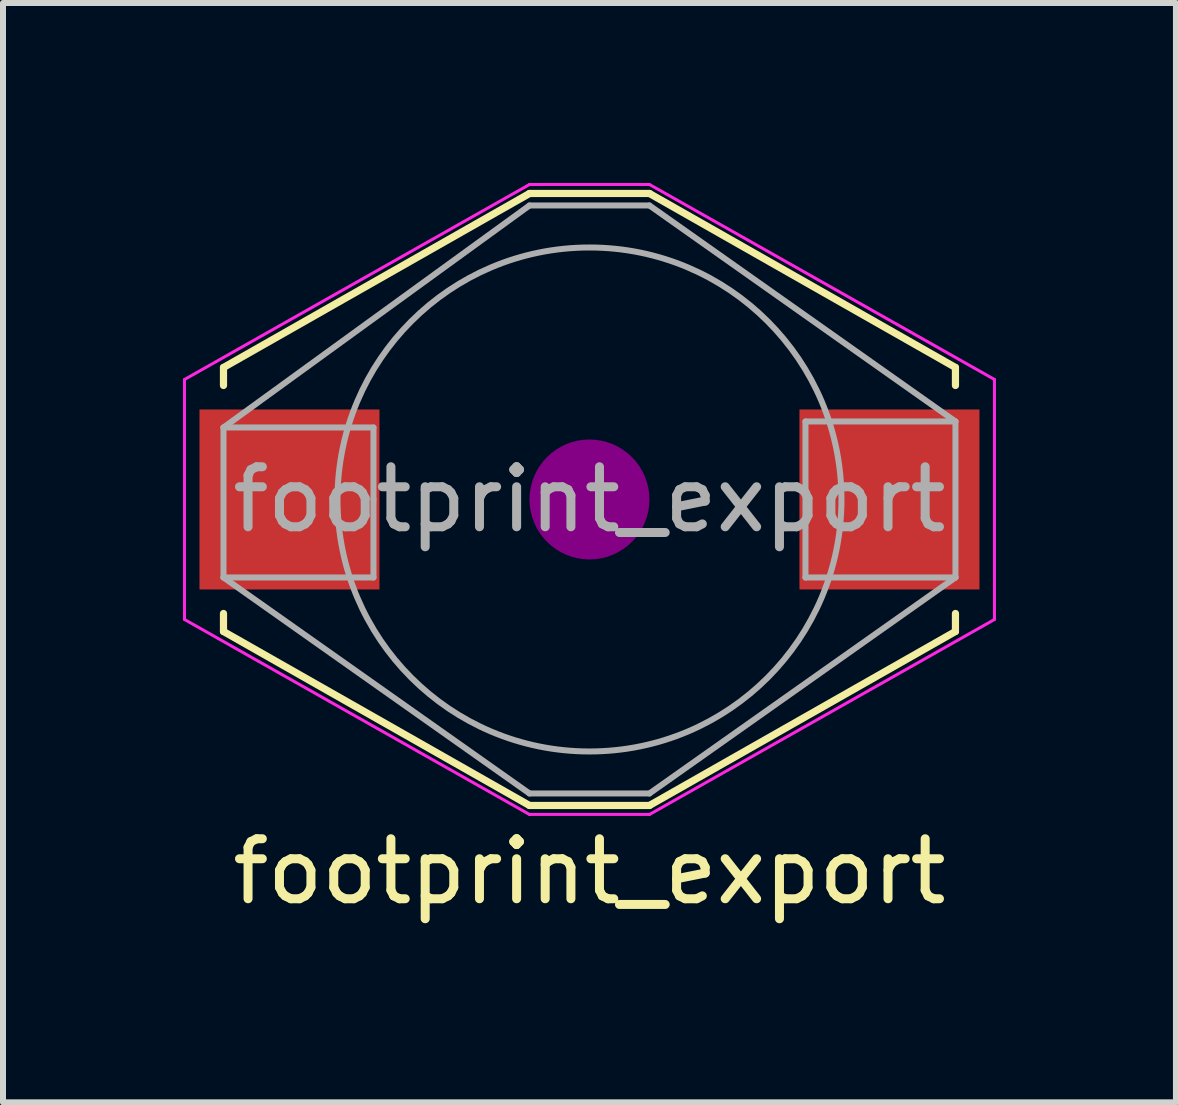
<source format=kicad_pcb>
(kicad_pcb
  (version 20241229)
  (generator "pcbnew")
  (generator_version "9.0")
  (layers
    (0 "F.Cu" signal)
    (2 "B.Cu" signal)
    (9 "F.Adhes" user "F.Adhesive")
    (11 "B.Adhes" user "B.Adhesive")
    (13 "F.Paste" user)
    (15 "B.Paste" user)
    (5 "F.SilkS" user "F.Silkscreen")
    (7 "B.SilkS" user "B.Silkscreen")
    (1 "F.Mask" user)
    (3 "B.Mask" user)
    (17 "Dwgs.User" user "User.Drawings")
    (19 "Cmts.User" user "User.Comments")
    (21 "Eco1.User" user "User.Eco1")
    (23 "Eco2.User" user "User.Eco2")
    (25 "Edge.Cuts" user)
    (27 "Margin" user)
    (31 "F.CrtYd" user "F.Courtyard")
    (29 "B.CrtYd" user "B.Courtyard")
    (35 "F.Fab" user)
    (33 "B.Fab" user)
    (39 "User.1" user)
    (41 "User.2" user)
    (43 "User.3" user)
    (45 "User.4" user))
  (footprint "footprint_export"
    (layer "F.Cu")
    (at 6.775 5.275)
    (property "Reference" "footprint_export" (at 0 6.2 0) (layer "F.SilkS") (effects (font (size 1 1) (thickness 0.15))))
    (attr smd)
    (fp_line (start -6.1 -2.2) (end -1 -5.1) (stroke (width 0.12) (type solid)) (layer "F.SilkS"))
    (fp_line (start -6.1 -1.9) (end -6.1 -2.2) (stroke (width 0.12) (type solid)) (layer "F.SilkS"))
    (fp_line (start -6.1 1.9) (end -6.1 2.2) (stroke (width 0.12) (type solid)) (layer "F.SilkS"))
    (fp_line (start -6.1 2.2) (end -1 5.1) (stroke (width 0.12) (type solid)) (layer "F.SilkS"))
    (fp_line (start 1 -5.1) (end -1 -5.1) (stroke (width 0.12) (type solid)) (layer "F.SilkS"))
    (fp_line (start 1 5.1) (end -1 5.1) (stroke (width 0.12) (type solid)) (layer "F.SilkS"))
    (fp_line (start 6.1 -2.2) (end 1 -5.1) (stroke (width 0.12) (type solid)) (layer "F.SilkS"))
    (fp_line (start 6.1 -1.9) (end 6.1 -2.2) (stroke (width 0.12) (type solid)) (layer "F.SilkS"))
    (fp_line (start 6.1 1.9) (end 6.1 2.2) (stroke (width 0.12) (type solid)) (layer "F.SilkS"))
    (fp_line (start 6.1 2.2) (end 1 5.1) (stroke (width 0.12) (type solid)) (layer "F.SilkS"))
    (fp_circle (center 0 0) (end 0.5 0) (stroke (width 1) (type solid)) (fill no) (layer "F.Adhes"))
    (fp_line (start -6.75 -2) (end -6.75 2) (stroke (width 0.05) (type solid)) (layer "F.CrtYd"))
    (fp_line (start -6.75 2) (end -1 5.25) (stroke (width 0.05) (type solid)) (layer "F.CrtYd"))
    (fp_line (start -1 -5.25) (end -6.75 -2) (stroke (width 0.05) (type solid)) (layer "F.CrtYd"))
    (fp_line (start -1 -5.25) (end 1 -5.25) (stroke (width 0.05) (type solid)) (layer "F.CrtYd"))
    (fp_line (start -1 5.25) (end 1 5.25) (stroke (width 0.05) (type solid)) (layer "F.CrtYd"))
    (fp_line (start 1 -5.25) (end 6.75 -2) (stroke (width 0.05) (type solid)) (layer "F.CrtYd"))
    (fp_line (start 1 5.25) (end 6.75 2) (stroke (width 0.05) (type solid)) (layer "F.CrtYd"))
    (fp_line (start 6.75 2) (end 6.75 -2) (stroke (width 0.05) (type solid)) (layer "F.CrtYd"))
    (fp_line (start -6.1 -1.2) (end -3.6 -1.2) (stroke (width 0.1) (type solid)) (layer "F.Fab"))
    (fp_line (start -6.1 1.3) (end -6.1 -1.2) (stroke (width 0.1) (type solid)) (layer "F.Fab"))
    (fp_line (start -3.6 -1.2) (end -3.6 0) (stroke (width 0.1) (type solid)) (layer "F.Fab"))
    (fp_line (start -3.6 0) (end -3.6 1.3) (stroke (width 0.1) (type solid)) (layer "F.Fab"))
    (fp_line (start -3.6 1.3) (end -6.1 1.3) (stroke (width 0.1) (type solid)) (layer "F.Fab"))
    (fp_line (start -1 -4.9) (end -6.1 -1.2) (stroke (width 0.1) (type solid)) (layer "F.Fab"))
    (fp_line (start -1 4.9) (end -6.1 1.3) (stroke (width 0.1) (type solid)) (layer "F.Fab"))
    (fp_line (start 1 -4.9) (end -1 -4.9) (stroke (width 0.1) (type solid)) (layer "F.Fab"))
    (fp_line (start 1 -4.9) (end 6.1 -1.3) (stroke (width 0.1) (type solid)) (layer "F.Fab"))
    (fp_line (start 1 4.9) (end -1 4.9) (stroke (width 0.1) (type solid)) (layer "F.Fab"))
    (fp_line (start 3.6 -1.3) (end 6.1 -1.3) (stroke (width 0.1) (type solid)) (layer "F.Fab"))
    (fp_line (start 3.6 1.3) (end 3.6 -1.3) (stroke (width 0.1) (type solid)) (layer "F.Fab"))
    (fp_line (start 6.1 -1.3) (end 6.1 1.3) (stroke (width 0.1) (type solid)) (layer "F.Fab"))
    (fp_line (start 6.1 1.3) (end 1 4.9) (stroke (width 0.1) (type solid)) (layer "F.Fab"))
    (fp_line (start 6.1 1.3) (end 3.6 1.3) (stroke (width 0.1) (type solid)) (layer "F.Fab"))
    (fp_circle (center 0 0) (end 4.2 0) (stroke (width 0.1) (type solid)) (fill no) (layer "F.Fab"))
    (fp_text user "${REFERENCE}" (at 0 0 0) (layer "F.Fab") (effects (font (size 1 1) (thickness 0.15))))
    (pad "1" smd rect (at -5 0) (size 3 3) (layers "F.Cu" "F.Mask" "F.Paste"))
    (pad "2" smd rect (at 5 0) (size 3 3) (layers "F.Cu" "F.Mask" "F.Paste")))
  (gr_rect
    (start -3 -3)
    (end 16.55 15.323)
    (stroke (width 0.1) (type default))
    (fill no)
    (layer "Edge.Cuts")))
</source>
